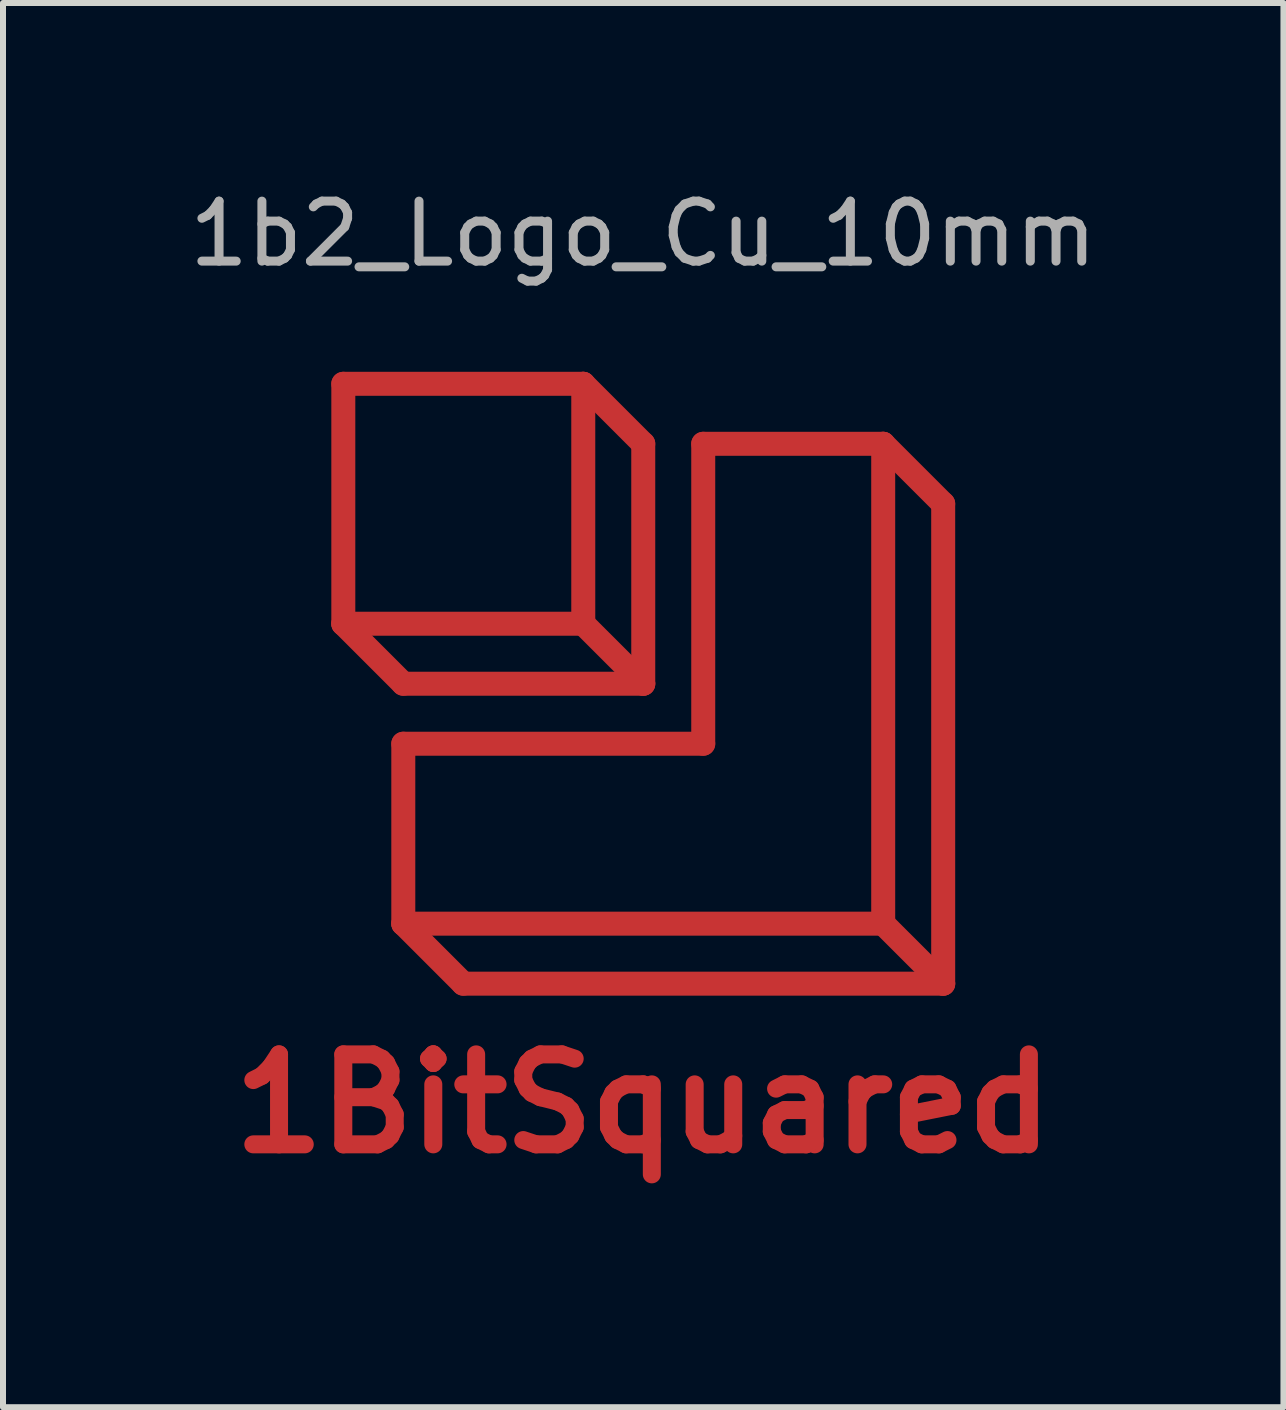
<source format=kicad_pcb>
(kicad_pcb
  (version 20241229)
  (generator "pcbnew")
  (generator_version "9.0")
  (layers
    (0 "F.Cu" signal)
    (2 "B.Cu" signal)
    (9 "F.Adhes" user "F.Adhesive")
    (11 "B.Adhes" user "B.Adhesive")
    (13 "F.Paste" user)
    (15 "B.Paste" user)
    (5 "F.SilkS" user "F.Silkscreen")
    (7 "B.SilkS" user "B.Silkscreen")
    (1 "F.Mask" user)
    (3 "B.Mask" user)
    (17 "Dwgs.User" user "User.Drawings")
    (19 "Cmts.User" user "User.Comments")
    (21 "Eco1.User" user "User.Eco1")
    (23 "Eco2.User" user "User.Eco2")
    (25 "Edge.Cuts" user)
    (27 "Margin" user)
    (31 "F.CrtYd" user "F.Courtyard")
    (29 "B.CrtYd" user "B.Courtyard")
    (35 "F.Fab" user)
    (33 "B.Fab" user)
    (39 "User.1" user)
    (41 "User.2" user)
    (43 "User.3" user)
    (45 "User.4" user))
  (footprint "1b2_Logo_Cu_10mm"
    (layer "F.Cu")
    (at 7.673 8.348)
    (property "Reference" "1b2_Logo_Cu_10mm" (at 0 -7.5 0) (layer "F.Fab") (effects (font (size 1 1) (thickness 0.15))))
    (attr exclude_from_pos_files exclude_from_bom)
    (fp_line (start -5 -5) (end -5 -1) (stroke (width 0.4) (type solid)) (layer "F.Cu"))
    (fp_line (start -5 -1) (end -4 0) (stroke (width 0.4) (type solid)) (layer "F.Cu"))
    (fp_line (start -5 -1) (end -1 -1) (stroke (width 0.4) (type solid)) (layer "F.Cu"))
    (fp_line (start -4 0) (end 0 0) (stroke (width 0.4) (type solid)) (layer "F.Cu"))
    (fp_line (start -4 1) (end -4 4) (stroke (width 0.4) (type solid)) (layer "F.Cu"))
    (fp_line (start -4 4) (end -3 5) (stroke (width 0.4) (type solid)) (layer "F.Cu"))
    (fp_line (start -4 4) (end 4 4) (stroke (width 0.4) (type solid)) (layer "F.Cu"))
    (fp_line (start -3 5) (end 5 5) (stroke (width 0.4) (type solid)) (layer "F.Cu"))
    (fp_line (start -1 -5) (end -5 -5) (stroke (width 0.4) (type solid)) (layer "F.Cu"))
    (fp_line (start -1 -5) (end 0 -4) (stroke (width 0.4) (type solid)) (layer "F.Cu"))
    (fp_line (start -1 -1) (end -1 -5) (stroke (width 0.4) (type solid)) (layer "F.Cu"))
    (fp_line (start 0 -4) (end 0 0) (stroke (width 0.4) (type solid)) (layer "F.Cu"))
    (fp_line (start 0 0) (end -1 -1) (stroke (width 0.4) (type solid)) (layer "F.Cu"))
    (fp_line (start 1 -4) (end 1 1) (stroke (width 0.4) (type solid)) (layer "F.Cu"))
    (fp_line (start 1 1) (end -4 1) (stroke (width 0.4) (type solid)) (layer "F.Cu"))
    (fp_line (start 4 -4) (end 1 -4) (stroke (width 0.4) (type solid)) (layer "F.Cu"))
    (fp_line (start 4 -4) (end 5 -3) (stroke (width 0.4) (type solid)) (layer "F.Cu"))
    (fp_line (start 4 4) (end 4 -4) (stroke (width 0.4) (type solid)) (layer "F.Cu"))
    (fp_line (start 5 -3) (end 5 5) (stroke (width 0.4) (type solid)) (layer "F.Cu"))
    (fp_line (start 5 5) (end 4 4) (stroke (width 0.4) (type solid)) (layer "F.Cu"))
    (fp_poly (pts (xy 6.7 -5.97) (xy 6.9 -5.91) (xy 7.11 -5.79) (xy 7.21 -5.7) (xy 7.3 -5.6) (xy 7.36 -5.5) (xy 7.46 -5.3) (xy 7.5 -5.1) (xy 7.5 8) (xy 7.48 8.2) (xy 7.45 8.3) (xy 7.41 8.4) (xy 7.36 8.5) (xy 7.3 8.6) (xy 7.21 8.7) (xy 7.1 8.8) (xy 7 8.87) (xy 6.9 8.92) (xy 6.8 8.96) (xy 6.6 9) (xy -6.51 9) (xy -6.6 8.99) (xy -6.7 8.98) (xy -6.8 8.96) (xy -6.9 8.92) (xy -7 8.87) (xy -7.1 8.79) (xy -7.2 8.72) (xy -7.29 8.61) (xy -7.37 8.5) (xy -7.45 8.3) (xy -7.5 8.1) (xy -7.5 8) (xy -7.51 -5) (xy -7.49 -5.14) (xy -7.45 -5.3) (xy -7.37 -5.5) (xy -7.3 -5.6) (xy -7.2 -5.71) (xy -7.09 -5.8) (xy -6.9 -5.91) (xy -6.65 -6) (xy 6.51 -6)) (stroke (width 0.12) (type solid)) (fill yes) (layer "F.Mask"))
    (fp_text user "1BitSquared" (at 0 7 0) (unlocked yes) (layer "F.Cu") (effects (font (size 1.5 1.5) (thickness 0.3)))))
  (gr_rect
    (start -3 -3)
    (end 18.345 20.408)
    (stroke (width 0.1) (type default))
    (fill no)
    (layer "Edge.Cuts")))
</source>
